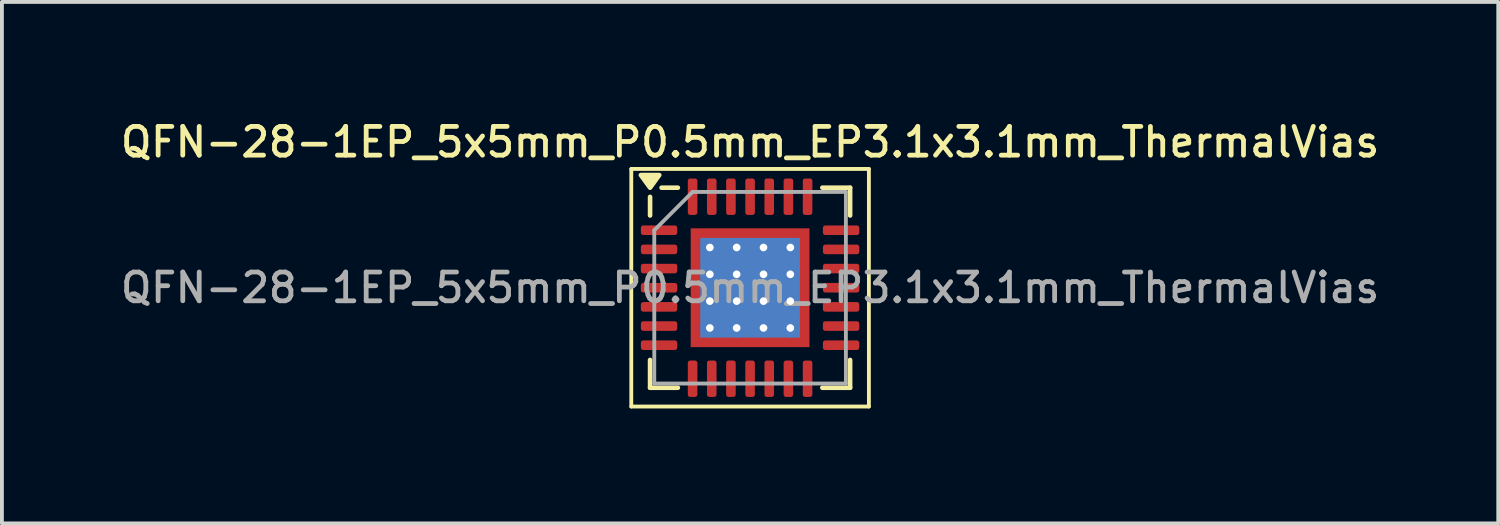
<source format=kicad_pcb>
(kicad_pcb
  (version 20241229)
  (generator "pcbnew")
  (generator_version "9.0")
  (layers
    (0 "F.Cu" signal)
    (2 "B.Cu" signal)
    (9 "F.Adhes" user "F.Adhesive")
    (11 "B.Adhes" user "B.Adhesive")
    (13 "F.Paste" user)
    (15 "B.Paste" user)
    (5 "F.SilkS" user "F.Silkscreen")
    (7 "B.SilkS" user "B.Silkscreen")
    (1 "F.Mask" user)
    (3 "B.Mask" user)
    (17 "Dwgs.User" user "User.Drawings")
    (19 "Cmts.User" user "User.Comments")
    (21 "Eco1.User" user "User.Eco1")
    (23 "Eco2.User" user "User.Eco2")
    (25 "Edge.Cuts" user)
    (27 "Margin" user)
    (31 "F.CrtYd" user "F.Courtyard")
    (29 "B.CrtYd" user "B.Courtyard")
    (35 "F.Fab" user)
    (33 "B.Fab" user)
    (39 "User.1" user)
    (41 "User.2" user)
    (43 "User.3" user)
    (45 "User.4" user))
  (footprint "QFN-28-1EP_5x5mm_P0.5mm_EP3.1x3.1mm_ThermalVias"
    (layer "F.Cu")
    (at 16.523 4.458)
    (property "Reference" "QFN-28-1EP_5x5mm_P0.5mm_EP3.1x3.1mm_ThermalVias" (at 0 -3.8 0) (layer "F.SilkS") (effects (font (size 0.75 0.75) (thickness 0.125))))
    (attr smd)
    (fp_line (start -3.1 -3.1) (end -3.1 3.1) (stroke (width 0.1) (type solid)) (layer "F.SilkS"))
    (fp_line (start -3.1 3.1) (end 3.1 3.1) (stroke (width 0.1) (type solid)) (layer "F.SilkS"))
    (fp_line (start -2.61 -1.885) (end -2.61 -2.37) (stroke (width 0.12) (type solid)) (layer "F.SilkS"))
    (fp_line (start -2.61 2.61) (end -2.61 1.885) (stroke (width 0.12) (type solid)) (layer "F.SilkS"))
    (fp_line (start -1.885 -2.61) (end -2.31 -2.61) (stroke (width 0.12) (type solid)) (layer "F.SilkS"))
    (fp_line (start -1.885 2.61) (end -2.61 2.61) (stroke (width 0.12) (type solid)) (layer "F.SilkS"))
    (fp_line (start 1.885 -2.61) (end 2.61 -2.61) (stroke (width 0.12) (type solid)) (layer "F.SilkS"))
    (fp_line (start 1.885 2.61) (end 2.61 2.61) (stroke (width 0.12) (type solid)) (layer "F.SilkS"))
    (fp_line (start 2.61 -2.61) (end 2.61 -1.885) (stroke (width 0.12) (type solid)) (layer "F.SilkS"))
    (fp_line (start 2.61 2.61) (end 2.61 1.885) (stroke (width 0.12) (type solid)) (layer "F.SilkS"))
    (fp_line (start 3.1 -3.1) (end -3.1 -3.1) (stroke (width 0.1) (type solid)) (layer "F.SilkS"))
    (fp_line (start 3.1 3.1) (end 3.1 -3.1) (stroke (width 0.1) (type solid)) (layer "F.SilkS"))
    (fp_poly (pts (xy -2.61 -2.61) (xy -2.85 -2.94) (xy -2.37 -2.94) (xy -2.61 -2.61)) (stroke (width 0.12) (type solid)) (fill yes) (layer "F.SilkS"))
    (fp_line (start -2.5 -1.5) (end -1.5 -2.5) (stroke (width 0.1) (type solid)) (layer "F.Fab"))
    (fp_line (start -2.5 2.5) (end -2.5 -1.5) (stroke (width 0.1) (type solid)) (layer "F.Fab"))
    (fp_line (start -1.5 -2.5) (end 2.5 -2.5) (stroke (width 0.1) (type solid)) (layer "F.Fab"))
    (fp_line (start 2.5 -2.5) (end 2.5 2.5) (stroke (width 0.1) (type solid)) (layer "F.Fab"))
    (fp_line (start 2.5 2.5) (end -2.5 2.5) (stroke (width 0.1) (type solid)) (layer "F.Fab"))
    (fp_text user "${REFERENCE}" (at 0 0 0) (layer "F.Fab") (effects (font (size 0.75 0.75) (thickness 0.125))))
    (pad "" smd custom (at -1.3 -1.3) (size 0.272 0.272) (layers "F.Paste") (options (anchor circle)) (primitives (gr_poly (pts (xy -0.101 -0.101) (xy 0.101 -0.101) (xy 0.101 -0.026) (xy -0.026 0.101) (xy -0.101 0.101)) (width 0.202) (fill yes))))
    (pad "" smd custom (at -1.3 -0.7) (size 0.285 0.285) (layers "F.Paste") (options (anchor circle)) (primitives (gr_poly (pts (xy -0.101 -0.181) (xy -0.007 -0.181) (xy 0.101 -0.074) (xy 0.101 0.074) (xy -0.007 0.181) (xy -0.101 0.181)) (width 0.202) (fill yes))))
    (pad "" smd custom (at -1.3 0) (size 0.285 0.285) (layers "F.Paste") (options (anchor circle)) (primitives (gr_poly (pts (xy -0.101 -0.181) (xy -0.007 -0.181) (xy 0.101 -0.074) (xy 0.101 0.074) (xy -0.007 0.181) (xy -0.101 0.181)) (width 0.202) (fill yes))))
    (pad "" smd custom (at -1.3 0.7) (size 0.285 0.285) (layers "F.Paste") (options (anchor circle)) (primitives (gr_poly (pts (xy -0.101 -0.181) (xy -0.007 -0.181) (xy 0.101 -0.074) (xy 0.101 0.074) (xy -0.007 0.181) (xy -0.101 0.181)) (width 0.202) (fill yes))))
    (pad "" smd custom (at -1.3 1.3) (size 0.272 0.272) (layers "F.Paste") (options (anchor circle)) (primitives (gr_poly (pts (xy -0.101 -0.101) (xy -0.026 -0.101) (xy 0.101 0.026) (xy 0.101 0.101) (xy -0.101 0.101)) (width 0.202) (fill yes))))
    (pad "" smd custom (at -0.7 -1.3) (size 0.285 0.285) (layers "F.Paste") (options (anchor circle)) (primitives (gr_poly (pts (xy -0.181 -0.101) (xy 0.181 -0.101) (xy 0.181 -0.007) (xy 0.074 0.101) (xy -0.074 0.101) (xy -0.181 -0.007)) (width 0.202) (fill yes))))
    (pad "" smd custom (at -0.7 -0.7) (size 0.46 0.46) (layers "F.Paste") (options (anchor circle)) (primitives (gr_poly (pts (xy -0.178 -0.092) (xy -0.092 -0.178) (xy 0.092 -0.178) (xy 0.178 -0.092) (xy 0.178 0.092) (xy 0.092 0.178) (xy -0.092 0.178) (xy -0.178 0.092)) (width 0.208) (fill yes))))
    (pad "" smd custom (at -0.7 0) (size 0.46 0.46) (layers "F.Paste") (options (anchor circle)) (primitives (gr_poly (pts (xy -0.178 -0.092) (xy -0.092 -0.178) (xy 0.092 -0.178) (xy 0.178 -0.092) (xy 0.178 0.092) (xy 0.092 0.178) (xy -0.092 0.178) (xy -0.178 0.092)) (width 0.208) (fill yes))))
    (pad "" smd custom (at -0.7 0.7) (size 0.46 0.46) (layers "F.Paste") (options (anchor circle)) (primitives (gr_poly (pts (xy -0.178 -0.092) (xy -0.092 -0.178) (xy 0.092 -0.178) (xy 0.178 -0.092) (xy 0.178 0.092) (xy 0.092 0.178) (xy -0.092 0.178) (xy -0.178 0.092)) (width 0.208) (fill yes))))
    (pad "" smd custom (at -0.7 1.3) (size 0.285 0.285) (layers "F.Paste") (options (anchor circle)) (primitives (gr_poly (pts (xy -0.181 0.007) (xy -0.074 -0.101) (xy 0.074 -0.101) (xy 0.181 0.007) (xy 0.181 0.101) (xy -0.181 0.101)) (width 0.202) (fill yes))))
    (pad "" smd custom (at 0 -1.3) (size 0.285 0.285) (layers "F.Paste") (options (anchor circle)) (primitives (gr_poly (pts (xy -0.181 -0.101) (xy 0.181 -0.101) (xy 0.181 -0.007) (xy 0.074 0.101) (xy -0.074 0.101) (xy -0.181 -0.007)) (width 0.202) (fill yes))))
    (pad "" smd custom (at 0 -0.7) (size 0.46 0.46) (layers "F.Paste") (options (anchor circle)) (primitives (gr_poly (pts (xy -0.178 -0.092) (xy -0.092 -0.178) (xy 0.092 -0.178) (xy 0.178 -0.092) (xy 0.178 0.092) (xy 0.092 0.178) (xy -0.092 0.178) (xy -0.178 0.092)) (width 0.208) (fill yes))))
    (pad "" smd custom (at 0 0) (size 0.46 0.46) (layers "F.Paste") (options (anchor circle)) (primitives (gr_poly (pts (xy -0.178 -0.092) (xy -0.092 -0.178) (xy 0.092 -0.178) (xy 0.178 -0.092) (xy 0.178 0.092) (xy 0.092 0.178) (xy -0.092 0.178) (xy -0.178 0.092)) (width 0.208) (fill yes))))
    (pad "" smd custom (at 0 0.7) (size 0.46 0.46) (layers "F.Paste") (options (anchor circle)) (primitives (gr_poly (pts (xy -0.178 -0.092) (xy -0.092 -0.178) (xy 0.092 -0.178) (xy 0.178 -0.092) (xy 0.178 0.092) (xy 0.092 0.178) (xy -0.092 0.178) (xy -0.178 0.092)) (width 0.208) (fill yes))))
    (pad "" smd custom (at 0 1.3) (size 0.285 0.285) (layers "F.Paste") (options (anchor circle)) (primitives (gr_poly (pts (xy -0.181 0.007) (xy -0.074 -0.101) (xy 0.074 -0.101) (xy 0.181 0.007) (xy 0.181 0.101) (xy -0.181 0.101)) (width 0.202) (fill yes))))
    (pad "" smd custom (at 0.7 -1.3) (size 0.285 0.285) (layers "F.Paste") (options (anchor circle)) (primitives (gr_poly (pts (xy -0.181 -0.101) (xy 0.181 -0.101) (xy 0.181 -0.007) (xy 0.074 0.101) (xy -0.074 0.101) (xy -0.181 -0.007)) (width 0.202) (fill yes))))
    (pad "" smd custom (at 0.7 -0.7) (size 0.46 0.46) (layers "F.Paste") (options (anchor circle)) (primitives (gr_poly (pts (xy -0.178 -0.092) (xy -0.092 -0.178) (xy 0.092 -0.178) (xy 0.178 -0.092) (xy 0.178 0.092) (xy 0.092 0.178) (xy -0.092 0.178) (xy -0.178 0.092)) (width 0.208) (fill yes))))
    (pad "" smd custom (at 0.7 0) (size 0.46 0.46) (layers "F.Paste") (options (anchor circle)) (primitives (gr_poly (pts (xy -0.178 -0.092) (xy -0.092 -0.178) (xy 0.092 -0.178) (xy 0.178 -0.092) (xy 0.178 0.092) (xy 0.092 0.178) (xy -0.092 0.178) (xy -0.178 0.092)) (width 0.208) (fill yes))))
    (pad "" smd custom (at 0.7 0.7) (size 0.46 0.46) (layers "F.Paste") (options (anchor circle)) (primitives (gr_poly (pts (xy -0.178 -0.092) (xy -0.092 -0.178) (xy 0.092 -0.178) (xy 0.178 -0.092) (xy 0.178 0.092) (xy 0.092 0.178) (xy -0.092 0.178) (xy -0.178 0.092)) (width 0.208) (fill yes))))
    (pad "" smd custom (at 0.7 1.3) (size 0.285 0.285) (layers "F.Paste") (options (anchor circle)) (primitives (gr_poly (pts (xy -0.181 0.007) (xy -0.074 -0.101) (xy 0.074 -0.101) (xy 0.181 0.007) (xy 0.181 0.101) (xy -0.181 0.101)) (width 0.202) (fill yes))))
    (pad "" smd custom (at 1.3 -1.3) (size 0.272 0.272) (layers "F.Paste") (options (anchor circle)) (primitives (gr_poly (pts (xy -0.101 -0.101) (xy 0.101 -0.101) (xy 0.101 0.101) (xy 0.026 0.101) (xy -0.101 -0.026)) (width 0.202) (fill yes))))
    (pad "" smd custom (at 1.3 -0.7) (size 0.285 0.285) (layers "F.Paste") (options (anchor circle)) (primitives (gr_poly (pts (xy -0.101 -0.074) (xy 0.007 -0.181) (xy 0.101 -0.181) (xy 0.101 0.181) (xy 0.007 0.181) (xy -0.101 0.074)) (width 0.202) (fill yes))))
    (pad "" smd custom (at 1.3 0) (size 0.285 0.285) (layers "F.Paste") (options (anchor circle)) (primitives (gr_poly (pts (xy -0.101 -0.074) (xy 0.007 -0.181) (xy 0.101 -0.181) (xy 0.101 0.181) (xy 0.007 0.181) (xy -0.101 0.074)) (width 0.202) (fill yes))))
    (pad "" smd custom (at 1.3 0.7) (size 0.285 0.285) (layers "F.Paste") (options (anchor circle)) (primitives (gr_poly (pts (xy -0.101 -0.074) (xy 0.007 -0.181) (xy 0.101 -0.181) (xy 0.101 0.181) (xy 0.007 0.181) (xy -0.101 0.074)) (width 0.202) (fill yes))))
    (pad "" smd custom (at 1.3 1.3) (size 0.272 0.272) (layers "F.Paste") (options (anchor circle)) (primitives (gr_poly (pts (xy -0.101 0.026) (xy 0.026 -0.101) (xy 0.101 -0.101) (xy 0.101 0.101) (xy -0.101 0.101)) (width 0.202) (fill yes))))
    (pad "1" smd roundrect (at -2.375 -1.5) (size 0.95 0.25) (layers "F.Cu" "F.Mask" "F.Paste") (roundrect_rratio 0.25))
    (pad "2" smd roundrect (at -2.375 -1) (size 0.95 0.25) (layers "F.Cu" "F.Mask" "F.Paste") (roundrect_rratio 0.25))
    (pad "3" smd roundrect (at -2.375 -0.5) (size 0.95 0.25) (layers "F.Cu" "F.Mask" "F.Paste") (roundrect_rratio 0.25))
    (pad "4" smd roundrect (at -2.375 0) (size 0.95 0.25) (layers "F.Cu" "F.Mask" "F.Paste") (roundrect_rratio 0.25))
    (pad "5" smd roundrect (at -2.375 0.5) (size 0.95 0.25) (layers "F.Cu" "F.Mask" "F.Paste") (roundrect_rratio 0.25))
    (pad "6" smd roundrect (at -2.375 1) (size 0.95 0.25) (layers "F.Cu" "F.Mask" "F.Paste") (roundrect_rratio 0.25))
    (pad "7" smd roundrect (at -2.375 1.5) (size 0.95 0.25) (layers "F.Cu" "F.Mask" "F.Paste") (roundrect_rratio 0.25))
    (pad "8" smd roundrect (at -1.5 2.375) (size 0.25 0.95) (layers "F.Cu" "F.Mask" "F.Paste") (roundrect_rratio 0.25))
    (pad "9" smd roundrect (at -1 2.375) (size 0.25 0.95) (layers "F.Cu" "F.Mask" "F.Paste") (roundrect_rratio 0.25))
    (pad "10" smd roundrect (at -0.5 2.375) (size 0.25 0.95) (layers "F.Cu" "F.Mask" "F.Paste") (roundrect_rratio 0.25))
    (pad "11" smd roundrect (at 0 2.375) (size 0.25 0.95) (layers "F.Cu" "F.Mask" "F.Paste") (roundrect_rratio 0.25))
    (pad "12" smd roundrect (at 0.5 2.375) (size 0.25 0.95) (layers "F.Cu" "F.Mask" "F.Paste") (roundrect_rratio 0.25))
    (pad "13" smd roundrect (at 1 2.375) (size 0.25 0.95) (layers "F.Cu" "F.Mask" "F.Paste") (roundrect_rratio 0.25))
    (pad "14" smd roundrect (at 1.5 2.375) (size 0.25 0.95) (layers "F.Cu" "F.Mask" "F.Paste") (roundrect_rratio 0.25))
    (pad "15" smd roundrect (at 2.375 1.5) (size 0.95 0.25) (layers "F.Cu" "F.Mask" "F.Paste") (roundrect_rratio 0.25))
    (pad "16" smd roundrect (at 2.375 1) (size 0.95 0.25) (layers "F.Cu" "F.Mask" "F.Paste") (roundrect_rratio 0.25))
    (pad "17" smd roundrect (at 2.375 0.5) (size 0.95 0.25) (layers "F.Cu" "F.Mask" "F.Paste") (roundrect_rratio 0.25))
    (pad "18" smd roundrect (at 2.375 0) (size 0.95 0.25) (layers "F.Cu" "F.Mask" "F.Paste") (roundrect_rratio 0.25))
    (pad "19" smd roundrect (at 2.375 -0.5) (size 0.95 0.25) (layers "F.Cu" "F.Mask" "F.Paste") (roundrect_rratio 0.25))
    (pad "20" smd roundrect (at 2.375 -1) (size 0.95 0.25) (layers "F.Cu" "F.Mask" "F.Paste") (roundrect_rratio 0.25))
    (pad "21" smd roundrect (at 2.375 -1.5) (size 0.95 0.25) (layers "F.Cu" "F.Mask" "F.Paste") (roundrect_rratio 0.25))
    (pad "22" smd roundrect (at 1.5 -2.375) (size 0.25 0.95) (layers "F.Cu" "F.Mask" "F.Paste") (roundrect_rratio 0.25))
    (pad "23" smd roundrect (at 1 -2.375) (size 0.25 0.95) (layers "F.Cu" "F.Mask" "F.Paste") (roundrect_rratio 0.25))
    (pad "24" smd roundrect (at 0.5 -2.375) (size 0.25 0.95) (layers "F.Cu" "F.Mask" "F.Paste") (roundrect_rratio 0.25))
    (pad "25" smd roundrect (at 0 -2.375) (size 0.25 0.95) (layers "F.Cu" "F.Mask" "F.Paste") (roundrect_rratio 0.25))
    (pad "26" smd roundrect (at -0.5 -2.375) (size 0.25 0.95) (layers "F.Cu" "F.Mask" "F.Paste") (roundrect_rratio 0.25))
    (pad "27" smd roundrect (at -1 -2.375) (size 0.25 0.95) (layers "F.Cu" "F.Mask" "F.Paste") (roundrect_rratio 0.25))
    (pad "28" smd roundrect (at -1.5 -2.375) (size 0.25 0.95) (layers "F.Cu" "F.Mask" "F.Paste") (roundrect_rratio 0.25))
    (pad "29" thru_hole circle (at -1.05 -1.05) (size 0.5 0.5) (drill 0.2) (property pad_prop_heatsink) (layers "*.Cu"))
    (pad "29" thru_hole circle (at -1.05 -0.35) (size 0.5 0.5) (drill 0.2) (property pad_prop_heatsink) (layers "*.Cu"))
    (pad "29" thru_hole circle (at -1.05 0.35) (size 0.5 0.5) (drill 0.2) (property pad_prop_heatsink) (layers "*.Cu"))
    (pad "29" thru_hole circle (at -1.05 1.05) (size 0.5 0.5) (drill 0.2) (property pad_prop_heatsink) (layers "*.Cu"))
    (pad "29" thru_hole circle (at -0.35 -1.05) (size 0.5 0.5) (drill 0.2) (property pad_prop_heatsink) (layers "*.Cu"))
    (pad "29" thru_hole circle (at -0.35 -0.35) (size 0.5 0.5) (drill 0.2) (property pad_prop_heatsink) (layers "*.Cu"))
    (pad "29" thru_hole circle (at -0.35 0.35) (size 0.5 0.5) (drill 0.2) (property pad_prop_heatsink) (layers "*.Cu"))
    (pad "29" thru_hole circle (at -0.35 1.05) (size 0.5 0.5) (drill 0.2) (property pad_prop_heatsink) (layers "*.Cu"))
    (pad "29" smd rect (at 0 0) (size 2.6 2.6) (property pad_prop_heatsink) (layers "B.Cu"))
    (pad "29" smd rect (at 0 0) (size 3.1 3.1) (property pad_prop_heatsink) (layers "F.Cu" "F.Mask"))
    (pad "29" thru_hole circle (at 0.35 -1.05) (size 0.5 0.5) (drill 0.2) (property pad_prop_heatsink) (layers "*.Cu"))
    (pad "29" thru_hole circle (at 0.35 -0.35) (size 0.5 0.5) (drill 0.2) (property pad_prop_heatsink) (layers "*.Cu"))
    (pad "29" thru_hole circle (at 0.35 0.35) (size 0.5 0.5) (drill 0.2) (property pad_prop_heatsink) (layers "*.Cu"))
    (pad "29" thru_hole circle (at 0.35 1.05) (size 0.5 0.5) (drill 0.2) (property pad_prop_heatsink) (layers "*.Cu"))
    (pad "29" thru_hole circle (at 1.05 -1.05) (size 0.5 0.5) (drill 0.2) (property pad_prop_heatsink) (layers "*.Cu"))
    (pad "29" thru_hole circle (at 1.05 -0.35) (size 0.5 0.5) (drill 0.2) (property pad_prop_heatsink) (layers "*.Cu"))
    (pad "29" thru_hole circle (at 1.05 0.35) (size 0.5 0.5) (drill 0.2) (property pad_prop_heatsink) (layers "*.Cu"))
    (pad "29" thru_hole circle (at 1.05 1.05) (size 0.5 0.5) (drill 0.2) (property pad_prop_heatsink) (layers "*.Cu")))
  (gr_rect
    (start -3 -3)
    (end 36.046 10.608)
    (stroke (width 0.1) (type default))
    (fill no)
    (layer "Edge.Cuts")))
</source>
